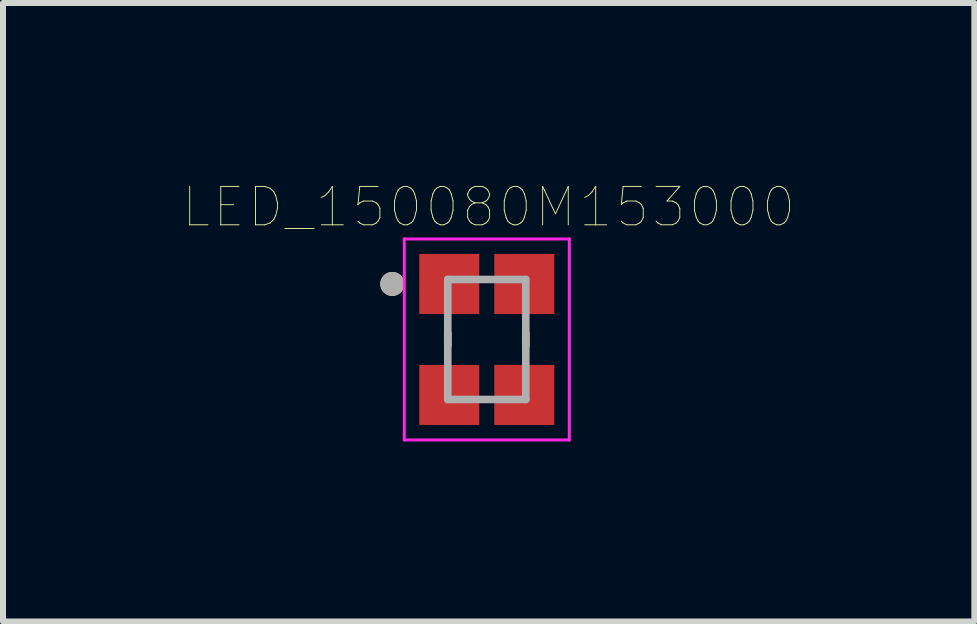
<source format=kicad_pcb>
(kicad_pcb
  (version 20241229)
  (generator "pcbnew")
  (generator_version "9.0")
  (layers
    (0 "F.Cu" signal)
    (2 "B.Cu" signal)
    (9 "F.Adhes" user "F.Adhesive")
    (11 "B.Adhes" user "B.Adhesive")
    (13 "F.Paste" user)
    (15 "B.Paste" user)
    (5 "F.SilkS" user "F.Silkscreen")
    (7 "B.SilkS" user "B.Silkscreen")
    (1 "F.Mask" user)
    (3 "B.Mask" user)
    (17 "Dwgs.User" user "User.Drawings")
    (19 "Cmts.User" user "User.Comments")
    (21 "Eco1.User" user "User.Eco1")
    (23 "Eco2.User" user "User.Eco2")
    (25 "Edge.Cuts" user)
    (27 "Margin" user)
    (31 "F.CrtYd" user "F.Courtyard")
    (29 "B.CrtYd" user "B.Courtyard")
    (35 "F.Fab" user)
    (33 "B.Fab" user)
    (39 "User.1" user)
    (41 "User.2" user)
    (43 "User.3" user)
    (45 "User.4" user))
  (footprint "LED_150080M153000"
    (layer "F.Cu")
    (at 5.062 2.607)
    (property "Reference" "LED_150080M153000" (at 0.032 -2.206 0) (layer "F.SilkS") (effects (font (size 0.64 0.64) (thickness 0.015))))
    (attr through_hole)
    (fp_line (start -0.65 -0.105) (end -0.65 0.105) (stroke (width 0.127) (type solid)) (layer "F.SilkS"))
    (fp_line (start 0.65 0.105) (end 0.65 -0.105) (stroke (width 0.127) (type solid)) (layer "F.SilkS"))
    (fp_circle (center -1.575 -0.925) (end -1.475 -0.925) (stroke (width 0.2) (type solid)) (fill no) (layer "F.SilkS"))
    (fp_line (start -1.375 -1.675) (end 1.375 -1.675) (stroke (width 0.05) (type solid)) (layer "F.CrtYd"))
    (fp_line (start -1.375 1.675) (end -1.375 -1.675) (stroke (width 0.05) (type solid)) (layer "F.CrtYd"))
    (fp_line (start 1.375 -1.675) (end 1.375 1.675) (stroke (width 0.05) (type solid)) (layer "F.CrtYd"))
    (fp_line (start 1.375 1.675) (end -1.375 1.675) (stroke (width 0.05) (type solid)) (layer "F.CrtYd"))
    (fp_line (start -0.65 -1) (end -0.65 1) (stroke (width 0.127) (type solid)) (layer "F.Fab"))
    (fp_line (start -0.65 1) (end 0.65 1) (stroke (width 0.127) (type solid)) (layer "F.Fab"))
    (fp_line (start 0.65 -1) (end -0.65 -1) (stroke (width 0.127) (type solid)) (layer "F.Fab"))
    (fp_line (start 0.65 1) (end 0.65 -1) (stroke (width 0.127) (type solid)) (layer "F.Fab"))
    (fp_circle (center -1.575 -0.925) (end -1.475 -0.925) (stroke (width 0.2) (type solid)) (fill no) (layer "F.Fab"))
    (pad "1" smd rect (at -0.625 -0.925) (size 1 1) (layers "F.Cu" "F.Mask" "F.Paste"))
    (pad "2" smd rect (at 0.625 -0.925) (size 1 1) (layers "F.Cu" "F.Mask" "F.Paste"))
    (pad "3" smd rect (at 0.625 0.925) (size 1 1) (layers "F.Cu" "F.Mask" "F.Paste"))
    (pad "4" smd rect (at -0.625 0.925) (size 1 1) (layers "F.Cu" "F.Mask" "F.Paste")))
  (gr_rect
    (start -3 -3)
    (end 13.187 7.307)
    (stroke (width 0.1) (type default))
    (fill no)
    (layer "Edge.Cuts")))
</source>
